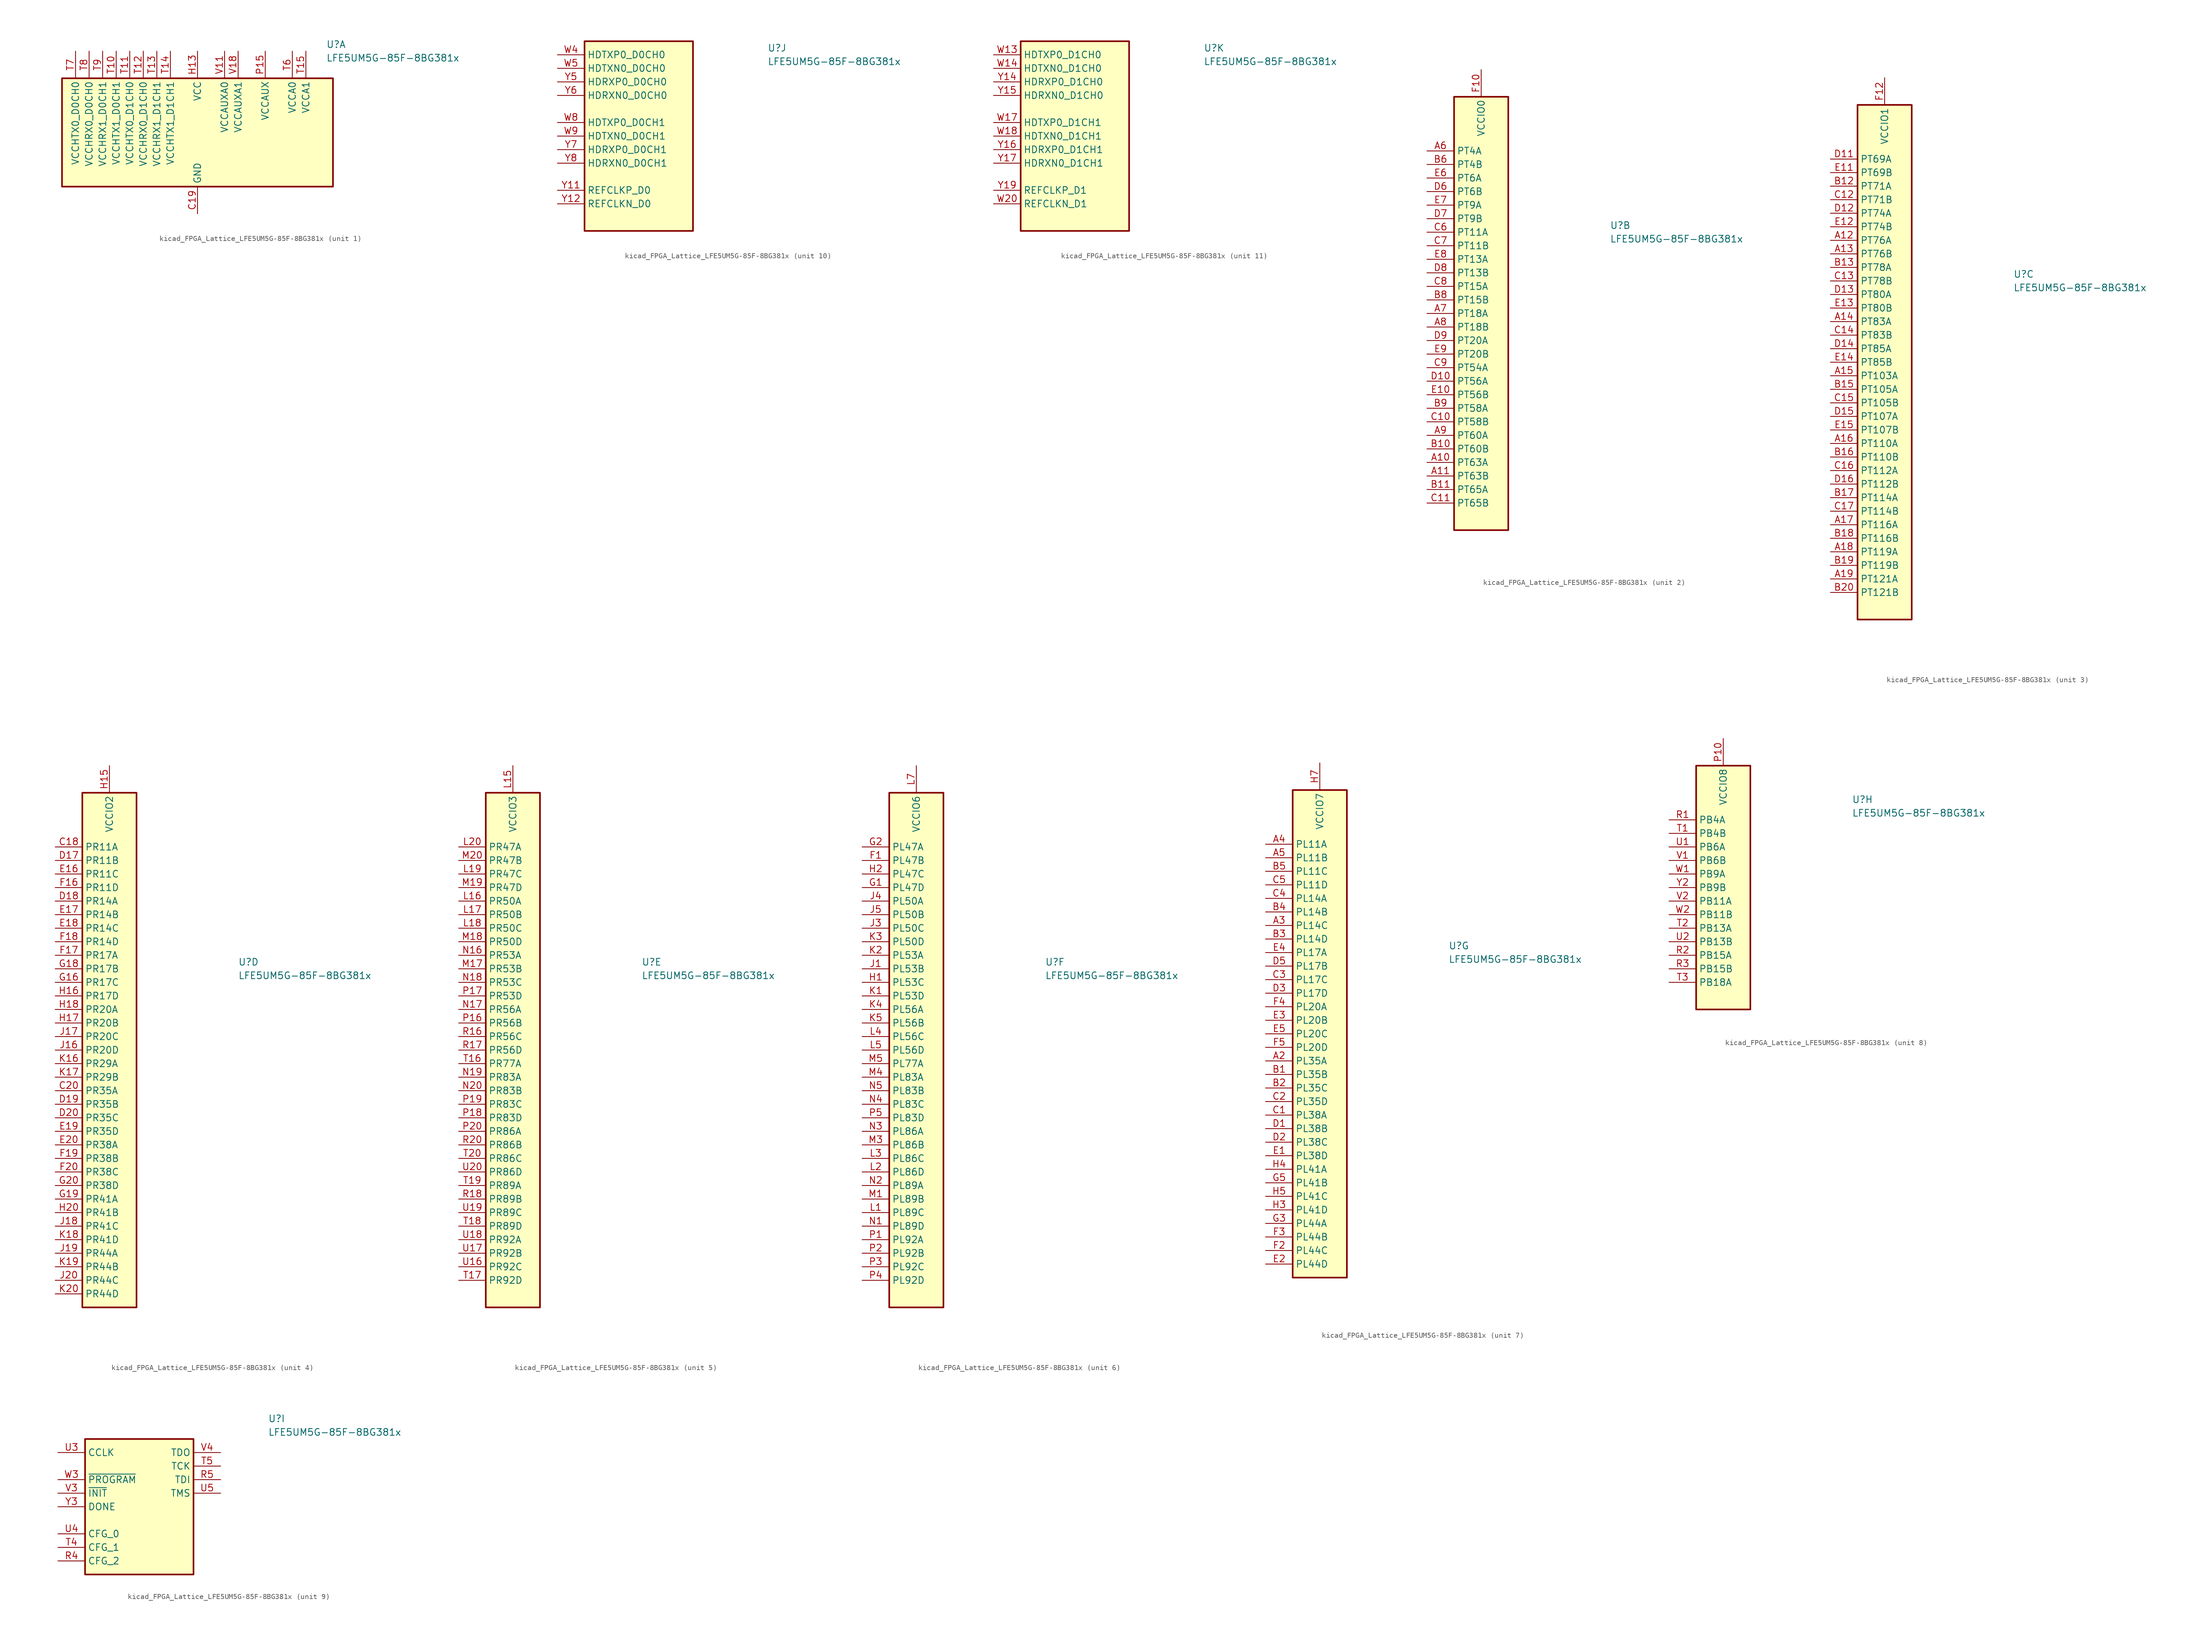
<source format=kicad_sym>
(kicad_symbol_lib
  (version 20220914)
  (generator kicad_symbol_editor)
  (symbol "kicad_FPGA_Lattice_LFE5UM5G-85F-8BG381x"
    (property "Reference" "U"
      (at 24.13 16.51 0)
      (effects (font (size 1.27 1.27)) (justify left)))
    (property "Value" "LFE5UM5G-85F-8BG381x"
      (at 24.13 13.97 0)
      (effects (font (size 1.27 1.27)) (justify left)))
    (property "ki_locked" ""
      (at 0 0 0)
      (effects (font (size 1.27 1.27))))
    (symbol "kicad_FPGA_Lattice_LFE5UM5G-85F-8BG381x_1_1"
      (rectangle (start -25.4 10.16) (end 25.4 -10.16) (stroke (width 0.305) (type default)) (fill (type background)))
      (pin passive line (at 0 -15.24 90) (length 5.08) hide (name "GND" (effects (font (size 1.27 1.27)))) (number "B14" (effects (font (size 1.27 1.27)))))
      (pin passive line (at 0 -15.24 90) (length 5.08) hide (name "GND" (effects (font (size 1.27 1.27)))) (number "B7" (effects (font (size 1.27 1.27)))))
      (pin power_in line (at 0 -15.24 90) (length 5.08) (name "GND" (effects (font (size 1.27 1.27)))) (number "C19" (effects (font (size 1.27 1.27)))))
      (pin passive line (at 0 -15.24 90) (length 5.08) hide (name "GND" (effects (font (size 1.27 1.27)))) (number "D4" (effects (font (size 1.27 1.27)))))
      (pin passive line (at 0 -15.24 90) (length 5.08) hide (name "GND" (effects (font (size 1.27 1.27)))) (number "F13" (effects (font (size 1.27 1.27)))))
      (pin passive line (at 0 -15.24 90) (length 5.08) hide (name "GND" (effects (font (size 1.27 1.27)))) (number "F14" (effects (font (size 1.27 1.27)))))
      (pin passive line (at 12.7 15.24 270) (length 5.08) hide (name "VCCAUX" (effects (font (size 1.27 1.27)))) (number "F15" (effects (font (size 1.27 1.27)))))
      (pin passive line (at 12.7 15.24 270) (length 5.08) hide (name "VCCAUX" (effects (font (size 1.27 1.27)))) (number "F6" (effects (font (size 1.27 1.27)))))
      (pin passive line (at 0 -15.24 90) (length 5.08) hide (name "GND" (effects (font (size 1.27 1.27)))) (number "F7" (effects (font (size 1.27 1.27)))))
      (pin passive line (at 0 -15.24 90) (length 5.08) hide (name "GND" (effects (font (size 1.27 1.27)))) (number "F8" (effects (font (size 1.27 1.27)))))
      (pin passive line (at 0 -15.24 90) (length 5.08) hide (name "GND" (effects (font (size 1.27 1.27)))) (number "G10" (effects (font (size 1.27 1.27)))))
      (pin passive line (at 0 -15.24 90) (length 5.08) hide (name "GND" (effects (font (size 1.27 1.27)))) (number "G11" (effects (font (size 1.27 1.27)))))
      (pin passive line (at 0 -15.24 90) (length 5.08) hide (name "GND" (effects (font (size 1.27 1.27)))) (number "G12" (effects (font (size 1.27 1.27)))))
      (pin passive line (at 0 -15.24 90) (length 5.08) hide (name "GND" (effects (font (size 1.27 1.27)))) (number "G13" (effects (font (size 1.27 1.27)))))
      (pin passive line (at 0 -15.24 90) (length 5.08) hide (name "GND" (effects (font (size 1.27 1.27)))) (number "G14" (effects (font (size 1.27 1.27)))))
      (pin passive line (at 0 -15.24 90) (length 5.08) hide (name "GND" (effects (font (size 1.27 1.27)))) (number "G15" (effects (font (size 1.27 1.27)))))
      (pin passive line (at 0 -15.24 90) (length 5.08) hide (name "GND" (effects (font (size 1.27 1.27)))) (number "G17" (effects (font (size 1.27 1.27)))))
      (pin passive line (at 0 -15.24 90) (length 5.08) hide (name "GND" (effects (font (size 1.27 1.27)))) (number "G4" (effects (font (size 1.27 1.27)))))
      (pin passive line (at 0 -15.24 90) (length 5.08) hide (name "GND" (effects (font (size 1.27 1.27)))) (number "G6" (effects (font (size 1.27 1.27)))))
      (pin passive line (at 0 -15.24 90) (length 5.08) hide (name "GND" (effects (font (size 1.27 1.27)))) (number "G7" (effects (font (size 1.27 1.27)))))
      (pin passive line (at 0 -15.24 90) (length 5.08) hide (name "GND" (effects (font (size 1.27 1.27)))) (number "G8" (effects (font (size 1.27 1.27)))))
      (pin passive line (at 0 -15.24 90) (length 5.08) hide (name "GND" (effects (font (size 1.27 1.27)))) (number "G9" (effects (font (size 1.27 1.27)))))
      (pin passive line (at 0 15.24 270) (length 5.08) hide (name "VCC" (effects (font (size 1.27 1.27)))) (number "H10" (effects (font (size 1.27 1.27)))))
      (pin passive line (at 0 15.24 270) (length 5.08) hide (name "VCC" (effects (font (size 1.27 1.27)))) (number "H11" (effects (font (size 1.27 1.27)))))
      (pin passive line (at 0 15.24 270) (length 5.08) hide (name "VCC" (effects (font (size 1.27 1.27)))) (number "H12" (effects (font (size 1.27 1.27)))))
      (pin power_in line (at 0 15.24 270) (length 5.08) (name "VCC" (effects (font (size 1.27 1.27)))) (number "H13" (effects (font (size 1.27 1.27)))))
      (pin passive line (at 0 -15.24 90) (length 5.08) hide (name "GND" (effects (font (size 1.27 1.27)))) (number "H19" (effects (font (size 1.27 1.27)))))
      (pin passive line (at 0 15.24 270) (length 5.08) hide (name "VCC" (effects (font (size 1.27 1.27)))) (number "H8" (effects (font (size 1.27 1.27)))))
      (pin passive line (at 0 15.24 270) (length 5.08) hide (name "VCC" (effects (font (size 1.27 1.27)))) (number "H9" (effects (font (size 1.27 1.27)))))
      (pin passive line (at 0 -15.24 90) (length 5.08) hide (name "GND" (effects (font (size 1.27 1.27)))) (number "J10" (effects (font (size 1.27 1.27)))))
      (pin passive line (at 0 -15.24 90) (length 5.08) hide (name "GND" (effects (font (size 1.27 1.27)))) (number "J11" (effects (font (size 1.27 1.27)))))
      (pin passive line (at 0 -15.24 90) (length 5.08) hide (name "GND" (effects (font (size 1.27 1.27)))) (number "J12" (effects (font (size 1.27 1.27)))))
      (pin passive line (at 0 15.24 270) (length 5.08) hide (name "VCC" (effects (font (size 1.27 1.27)))) (number "J13" (effects (font (size 1.27 1.27)))))
      (pin passive line (at 0 -15.24 90) (length 5.08) hide (name "GND" (effects (font (size 1.27 1.27)))) (number "J14" (effects (font (size 1.27 1.27)))))
      (pin passive line (at 0 -15.24 90) (length 5.08) hide (name "GND" (effects (font (size 1.27 1.27)))) (number "J2" (effects (font (size 1.27 1.27)))))
      (pin passive line (at 0 -15.24 90) (length 5.08) hide (name "GND" (effects (font (size 1.27 1.27)))) (number "J7" (effects (font (size 1.27 1.27)))))
      (pin passive line (at 0 15.24 270) (length 5.08) hide (name "VCC" (effects (font (size 1.27 1.27)))) (number "J8" (effects (font (size 1.27 1.27)))))
      (pin passive line (at 0 -15.24 90) (length 5.08) hide (name "GND" (effects (font (size 1.27 1.27)))) (number "J9" (effects (font (size 1.27 1.27)))))
      (pin passive line (at 0 -15.24 90) (length 5.08) hide (name "GND" (effects (font (size 1.27 1.27)))) (number "K10" (effects (font (size 1.27 1.27)))))
      (pin passive line (at 0 -15.24 90) (length 5.08) hide (name "GND" (effects (font (size 1.27 1.27)))) (number "K11" (effects (font (size 1.27 1.27)))))
      (pin passive line (at 0 -15.24 90) (length 5.08) hide (name "GND" (effects (font (size 1.27 1.27)))) (number "K12" (effects (font (size 1.27 1.27)))))
      (pin passive line (at 0 15.24 270) (length 5.08) hide (name "VCC" (effects (font (size 1.27 1.27)))) (number "K13" (effects (font (size 1.27 1.27)))))
      (pin passive line (at 0 -15.24 90) (length 5.08) hide (name "GND" (effects (font (size 1.27 1.27)))) (number "K14" (effects (font (size 1.27 1.27)))))
      (pin passive line (at 0 -15.24 90) (length 5.08) hide (name "GND" (effects (font (size 1.27 1.27)))) (number "K15" (effects (font (size 1.27 1.27)))))
      (pin passive line (at 0 -15.24 90) (length 5.08) hide (name "GND" (effects (font (size 1.27 1.27)))) (number "K6" (effects (font (size 1.27 1.27)))))
      (pin passive line (at 0 -15.24 90) (length 5.08) hide (name "GND" (effects (font (size 1.27 1.27)))) (number "K7" (effects (font (size 1.27 1.27)))))
      (pin passive line (at 0 15.24 270) (length 5.08) hide (name "VCC" (effects (font (size 1.27 1.27)))) (number "K8" (effects (font (size 1.27 1.27)))))
      (pin passive line (at 0 -15.24 90) (length 5.08) hide (name "GND" (effects (font (size 1.27 1.27)))) (number "K9" (effects (font (size 1.27 1.27)))))
      (pin passive line (at 0 -15.24 90) (length 5.08) hide (name "GND" (effects (font (size 1.27 1.27)))) (number "L10" (effects (font (size 1.27 1.27)))))
      (pin passive line (at 0 -15.24 90) (length 5.08) hide (name "GND" (effects (font (size 1.27 1.27)))) (number "L11" (effects (font (size 1.27 1.27)))))
      (pin passive line (at 0 -15.24 90) (length 5.08) hide (name "GND" (effects (font (size 1.27 1.27)))) (number "L12" (effects (font (size 1.27 1.27)))))
      (pin passive line (at 0 15.24 270) (length 5.08) hide (name "VCC" (effects (font (size 1.27 1.27)))) (number "L13" (effects (font (size 1.27 1.27)))))
      (pin passive line (at 0 15.24 270) (length 5.08) hide (name "VCC" (effects (font (size 1.27 1.27)))) (number "L8" (effects (font (size 1.27 1.27)))))
      (pin passive line (at 0 -15.24 90) (length 5.08) hide (name "GND" (effects (font (size 1.27 1.27)))) (number "L9" (effects (font (size 1.27 1.27)))))
      (pin passive line (at 0 -15.24 90) (length 5.08) hide (name "GND" (effects (font (size 1.27 1.27)))) (number "M10" (effects (font (size 1.27 1.27)))))
      (pin passive line (at 0 -15.24 90) (length 5.08) hide (name "GND" (effects (font (size 1.27 1.27)))) (number "M11" (effects (font (size 1.27 1.27)))))
      (pin passive line (at 0 -15.24 90) (length 5.08) hide (name "GND" (effects (font (size 1.27 1.27)))) (number "M12" (effects (font (size 1.27 1.27)))))
      (pin passive line (at 0 15.24 270) (length 5.08) hide (name "VCC" (effects (font (size 1.27 1.27)))) (number "M13" (effects (font (size 1.27 1.27)))))
      (pin passive line (at 0 -15.24 90) (length 5.08) hide (name "GND" (effects (font (size 1.27 1.27)))) (number "M14" (effects (font (size 1.27 1.27)))))
      (pin passive line (at 0 -15.24 90) (length 5.08) hide (name "GND" (effects (font (size 1.27 1.27)))) (number "M16" (effects (font (size 1.27 1.27)))))
      (pin passive line (at 0 -15.24 90) (length 5.08) hide (name "GND" (effects (font (size 1.27 1.27)))) (number "M2" (effects (font (size 1.27 1.27)))))
      (pin passive line (at 0 -15.24 90) (length 5.08) hide (name "GND" (effects (font (size 1.27 1.27)))) (number "M7" (effects (font (size 1.27 1.27)))))
      (pin passive line (at 0 15.24 270) (length 5.08) hide (name "VCC" (effects (font (size 1.27 1.27)))) (number "M8" (effects (font (size 1.27 1.27)))))
      (pin passive line (at 0 -15.24 90) (length 5.08) hide (name "GND" (effects (font (size 1.27 1.27)))) (number "M9" (effects (font (size 1.27 1.27)))))
      (pin passive line (at 0 15.24 270) (length 5.08) hide (name "VCC" (effects (font (size 1.27 1.27)))) (number "N10" (effects (font (size 1.27 1.27)))))
      (pin passive line (at 0 15.24 270) (length 5.08) hide (name "VCC" (effects (font (size 1.27 1.27)))) (number "N11" (effects (font (size 1.27 1.27)))))
      (pin passive line (at 0 15.24 270) (length 5.08) hide (name "VCC" (effects (font (size 1.27 1.27)))) (number "N12" (effects (font (size 1.27 1.27)))))
      (pin passive line (at 0 15.24 270) (length 5.08) hide (name "VCC" (effects (font (size 1.27 1.27)))) (number "N13" (effects (font (size 1.27 1.27)))))
      (pin passive line (at 0 -15.24 90) (length 5.08) hide (name "GND" (effects (font (size 1.27 1.27)))) (number "N14" (effects (font (size 1.27 1.27)))))
      (pin passive line (at 0 -15.24 90) (length 5.08) hide (name "GND" (effects (font (size 1.27 1.27)))) (number "N15" (effects (font (size 1.27 1.27)))))
      (pin passive line (at 0 -15.24 90) (length 5.08) hide (name "GND" (effects (font (size 1.27 1.27)))) (number "N6" (effects (font (size 1.27 1.27)))))
      (pin passive line (at 0 -15.24 90) (length 5.08) hide (name "GND" (effects (font (size 1.27 1.27)))) (number "N7" (effects (font (size 1.27 1.27)))))
      (pin passive line (at 0 15.24 270) (length 5.08) hide (name "VCC" (effects (font (size 1.27 1.27)))) (number "N8" (effects (font (size 1.27 1.27)))))
      (pin passive line (at 0 15.24 270) (length 5.08) hide (name "VCC" (effects (font (size 1.27 1.27)))) (number "N9" (effects (font (size 1.27 1.27)))))
      (pin passive line (at 0 -15.24 90) (length 5.08) hide (name "GND" (effects (font (size 1.27 1.27)))) (number "P11" (effects (font (size 1.27 1.27)))))
      (pin passive line (at 0 -15.24 90) (length 5.08) hide (name "GND" (effects (font (size 1.27 1.27)))) (number "P12" (effects (font (size 1.27 1.27)))))
      (pin passive line (at 0 -15.24 90) (length 5.08) hide (name "GND" (effects (font (size 1.27 1.27)))) (number "P13" (effects (font (size 1.27 1.27)))))
      (pin passive line (at 0 -15.24 90) (length 5.08) hide (name "GND" (effects (font (size 1.27 1.27)))) (number "P14" (effects (font (size 1.27 1.27)))))
      (pin power_in line (at 12.7 15.24 270) (length 5.08) (name "VCCAUX" (effects (font (size 1.27 1.27)))) (number "P15" (effects (font (size 1.27 1.27)))))
      (pin passive line (at 12.7 15.24 270) (length 5.08) hide (name "VCCAUX" (effects (font (size 1.27 1.27)))) (number "P6" (effects (font (size 1.27 1.27)))))
      (pin passive line (at 0 -15.24 90) (length 5.08) hide (name "GND" (effects (font (size 1.27 1.27)))) (number "P7" (effects (font (size 1.27 1.27)))))
      (pin passive line (at 0 -15.24 90) (length 5.08) hide (name "GND" (effects (font (size 1.27 1.27)))) (number "P8" (effects (font (size 1.27 1.27)))))
      (pin passive line (at 0 -15.24 90) (length 5.08) hide (name "GND" (effects (font (size 1.27 1.27)))) (number "R19" (effects (font (size 1.27 1.27)))))
      (pin power_in line (at -15.24 15.24 270) (length 5.08) (name "VCCHTX1_D0CH1" (effects (font (size 1.27 1.27)))) (number "T10" (effects (font (size 1.27 1.27)))))
      (pin power_in line (at -12.7 15.24 270) (length 5.08) (name "VCCHTX0_D1CH0" (effects (font (size 1.27 1.27)))) (number "T11" (effects (font (size 1.27 1.27)))))
      (pin power_in line (at -10.16 15.24 270) (length 5.08) (name "VCCHRX0_D1CH0" (effects (font (size 1.27 1.27)))) (number "T12" (effects (font (size 1.27 1.27)))))
      (pin power_in line (at -7.62 15.24 270) (length 5.08) (name "VCCHRX1_D1CH1" (effects (font (size 1.27 1.27)))) (number "T13" (effects (font (size 1.27 1.27)))))
      (pin power_in line (at -5.08 15.24 270) (length 5.08) (name "VCCHTX1_D1CH1" (effects (font (size 1.27 1.27)))) (number "T14" (effects (font (size 1.27 1.27)))))
      (pin power_in line (at 20.32 15.24 270) (length 5.08) (name "VCCA1" (effects (font (size 1.27 1.27)))) (number "T15" (effects (font (size 1.27 1.27)))))
      (pin power_in line (at 17.78 15.24 270) (length 5.08) (name "VCCA0" (effects (font (size 1.27 1.27)))) (number "T6" (effects (font (size 1.27 1.27)))))
      (pin power_in line (at -22.86 15.24 270) (length 5.08) (name "VCCHTX0_D0CH0" (effects (font (size 1.27 1.27)))) (number "T7" (effects (font (size 1.27 1.27)))))
      (pin power_in line (at -20.32 15.24 270) (length 5.08) (name "VCCHRX0_D0CH0" (effects (font (size 1.27 1.27)))) (number "T8" (effects (font (size 1.27 1.27)))))
      (pin power_in line (at -17.78 15.24 270) (length 5.08) (name "VCCHRX1_D0CH1" (effects (font (size 1.27 1.27)))) (number "T9" (effects (font (size 1.27 1.27)))))
      (pin passive line (at 0 -15.24 90) (length 5.08) hide (name "GND" (effects (font (size 1.27 1.27)))) (number "U10" (effects (font (size 1.27 1.27)))))
      (pin passive line (at 0 -15.24 90) (length 5.08) hide (name "GND" (effects (font (size 1.27 1.27)))) (number "U11" (effects (font (size 1.27 1.27)))))
      (pin passive line (at 0 -15.24 90) (length 5.08) hide (name "GND" (effects (font (size 1.27 1.27)))) (number "U12" (effects (font (size 1.27 1.27)))))
      (pin passive line (at 0 -15.24 90) (length 5.08) hide (name "GND" (effects (font (size 1.27 1.27)))) (number "U13" (effects (font (size 1.27 1.27)))))
      (pin passive line (at 0 -15.24 90) (length 5.08) hide (name "GND" (effects (font (size 1.27 1.27)))) (number "U14" (effects (font (size 1.27 1.27)))))
      (pin passive line (at 20.32 15.24 270) (length 5.08) hide (name "VCCA1" (effects (font (size 1.27 1.27)))) (number "U15" (effects (font (size 1.27 1.27)))))
      (pin passive line (at 17.78 15.24 270) (length 5.08) hide (name "VCCA0" (effects (font (size 1.27 1.27)))) (number "U6" (effects (font (size 1.27 1.27)))))
      (pin passive line (at 0 -15.24 90) (length 5.08) hide (name "GND" (effects (font (size 1.27 1.27)))) (number "U7" (effects (font (size 1.27 1.27)))))
      (pin passive line (at 0 -15.24 90) (length 5.08) hide (name "GND" (effects (font (size 1.27 1.27)))) (number "U8" (effects (font (size 1.27 1.27)))))
      (pin passive line (at 0 -15.24 90) (length 5.08) hide (name "GND" (effects (font (size 1.27 1.27)))) (number "U9" (effects (font (size 1.27 1.27)))))
      (pin passive line (at 5.08 15.24 270) (length 5.08) hide (name "VCCAUXA0" (effects (font (size 1.27 1.27)))) (number "V10" (effects (font (size 1.27 1.27)))))
      (pin power_in line (at 5.08 15.24 270) (length 5.08) (name "VCCAUXA0" (effects (font (size 1.27 1.27)))) (number "V11" (effects (font (size 1.27 1.27)))))
      (pin passive line (at 0 -15.24 90) (length 5.08) hide (name "GND" (effects (font (size 1.27 1.27)))) (number "V12" (effects (font (size 1.27 1.27)))))
      (pin passive line (at 0 -15.24 90) (length 5.08) hide (name "GND" (effects (font (size 1.27 1.27)))) (number "V13" (effects (font (size 1.27 1.27)))))
      (pin passive line (at 0 -15.24 90) (length 5.08) hide (name "GND" (effects (font (size 1.27 1.27)))) (number "V14" (effects (font (size 1.27 1.27)))))
      (pin passive line (at 0 -15.24 90) (length 5.08) hide (name "GND" (effects (font (size 1.27 1.27)))) (number "V15" (effects (font (size 1.27 1.27)))))
      (pin passive line (at 0 -15.24 90) (length 5.08) hide (name "GND" (effects (font (size 1.27 1.27)))) (number "V16" (effects (font (size 1.27 1.27)))))
      (pin passive line (at 7.62 15.24 270) (length 5.08) hide (name "VCCAUXA1" (effects (font (size 1.27 1.27)))) (number "V17" (effects (font (size 1.27 1.27)))))
      (pin power_in line (at 7.62 15.24 270) (length 5.08) (name "VCCAUXA1" (effects (font (size 1.27 1.27)))) (number "V18" (effects (font (size 1.27 1.27)))))
      (pin passive line (at 0 -15.24 90) (length 5.08) hide (name "GND" (effects (font (size 1.27 1.27)))) (number "V19" (effects (font (size 1.27 1.27)))))
      (pin passive line (at 0 -15.24 90) (length 5.08) hide (name "GND" (effects (font (size 1.27 1.27)))) (number "V20" (effects (font (size 1.27 1.27)))))
      (pin passive line (at 0 -15.24 90) (length 5.08) hide (name "GND" (effects (font (size 1.27 1.27)))) (number "V5" (effects (font (size 1.27 1.27)))))
      (pin passive line (at 0 -15.24 90) (length 5.08) hide (name "GND" (effects (font (size 1.27 1.27)))) (number "V6" (effects (font (size 1.27 1.27)))))
      (pin passive line (at 0 -15.24 90) (length 5.08) hide (name "GND" (effects (font (size 1.27 1.27)))) (number "V7" (effects (font (size 1.27 1.27)))))
      (pin passive line (at 0 -15.24 90) (length 5.08) hide (name "GND" (effects (font (size 1.27 1.27)))) (number "V8" (effects (font (size 1.27 1.27)))))
      (pin passive line (at 0 -15.24 90) (length 5.08) hide (name "GND" (effects (font (size 1.27 1.27)))) (number "V9" (effects (font (size 1.27 1.27)))))
      (pin passive line (at 0 -15.24 90) (length 5.08) hide (name "GND" (effects (font (size 1.27 1.27)))) (number "W12" (effects (font (size 1.27 1.27)))))
      (pin passive line (at 0 -15.24 90) (length 5.08) hide (name "GND" (effects (font (size 1.27 1.27)))) (number "W15" (effects (font (size 1.27 1.27)))))
      (pin passive line (at 0 -15.24 90) (length 5.08) hide (name "GND" (effects (font (size 1.27 1.27)))) (number "W16" (effects (font (size 1.27 1.27)))))
      (pin passive line (at 0 -15.24 90) (length 5.08) hide (name "GND" (effects (font (size 1.27 1.27)))) (number "W19" (effects (font (size 1.27 1.27)))))
      (pin passive line (at 0 -15.24 90) (length 5.08) hide (name "GND" (effects (font (size 1.27 1.27)))) (number "W6" (effects (font (size 1.27 1.27)))))
      (pin passive line (at 0 -15.24 90) (length 5.08) hide (name "GND" (effects (font (size 1.27 1.27)))) (number "W7" (effects (font (size 1.27 1.27))))))
    (symbol "kicad_FPGA_Lattice_LFE5UM5G-85F-8BG381x_2_1"
      (rectangle (start -5.08 40.64) (end 5.08 -40.64) (stroke (width 0.305) (type default)) (fill (type background)))
      (pin bidirectional line (at -10.16 -27.94 0) (length 5.08) (name "PT63A" (effects (font (size 1.27 1.27)))) (number "A10" (effects (font (size 1.27 1.27)))))
      (pin bidirectional line (at -10.16 -30.48 0) (length 5.08) (name "PT63B" (effects (font (size 1.27 1.27)))) (number "A11" (effects (font (size 1.27 1.27)))))
      (pin bidirectional line (at -10.16 30.48 0) (length 5.08) (name "PT4A" (effects (font (size 1.27 1.27)))) (number "A6" (effects (font (size 1.27 1.27)))))
      (pin bidirectional line (at -10.16 0 0) (length 5.08) (name "PT18A" (effects (font (size 1.27 1.27)))) (number "A7" (effects (font (size 1.27 1.27)))))
      (pin bidirectional line (at -10.16 -2.54 0) (length 5.08) (name "PT18B" (effects (font (size 1.27 1.27)))) (number "A8" (effects (font (size 1.27 1.27)))))
      (pin bidirectional line (at -10.16 -22.86 0) (length 5.08) (name "PT60A" (effects (font (size 1.27 1.27)))) (number "A9" (effects (font (size 1.27 1.27)))))
      (pin bidirectional line (at -10.16 -25.4 0) (length 5.08) (name "PT60B" (effects (font (size 1.27 1.27)))) (number "B10" (effects (font (size 1.27 1.27)))))
      (pin bidirectional line (at -10.16 -33.02 0) (length 5.08) (name "PT65A" (effects (font (size 1.27 1.27)))) (number "B11" (effects (font (size 1.27 1.27)))))
      (pin bidirectional line (at -10.16 27.94 0) (length 5.08) (name "PT4B" (effects (font (size 1.27 1.27)))) (number "B6" (effects (font (size 1.27 1.27)))))
      (pin bidirectional line (at -10.16 2.54 0) (length 5.08) (name "PT15B" (effects (font (size 1.27 1.27)))) (number "B8" (effects (font (size 1.27 1.27)))))
      (pin bidirectional line (at -10.16 -17.78 0) (length 5.08) (name "PT58A" (effects (font (size 1.27 1.27)))) (number "B9" (effects (font (size 1.27 1.27)))))
      (pin bidirectional line (at -10.16 -20.32 0) (length 5.08) (name "PT58B" (effects (font (size 1.27 1.27)))) (number "C10" (effects (font (size 1.27 1.27)))))
      (pin bidirectional line (at -10.16 -35.56 0) (length 5.08) (name "PT65B" (effects (font (size 1.27 1.27)))) (number "C11" (effects (font (size 1.27 1.27)))))
      (pin bidirectional line (at -10.16 15.24 0) (length 5.08) (name "PT11A" (effects (font (size 1.27 1.27)))) (number "C6" (effects (font (size 1.27 1.27)))))
      (pin bidirectional line (at -10.16 12.7 0) (length 5.08) (name "PT11B" (effects (font (size 1.27 1.27)))) (number "C7" (effects (font (size 1.27 1.27)))))
      (pin bidirectional line (at -10.16 5.08 0) (length 5.08) (name "PT15A" (effects (font (size 1.27 1.27)))) (number "C8" (effects (font (size 1.27 1.27)))))
      (pin bidirectional line (at -10.16 -10.16 0) (length 5.08) (name "PT54A" (effects (font (size 1.27 1.27)))) (number "C9" (effects (font (size 1.27 1.27)))))
      (pin bidirectional line (at -10.16 -12.7 0) (length 5.08) (name "PT56A" (effects (font (size 1.27 1.27)))) (number "D10" (effects (font (size 1.27 1.27)))))
      (pin bidirectional line (at -10.16 22.86 0) (length 5.08) (name "PT6B" (effects (font (size 1.27 1.27)))) (number "D6" (effects (font (size 1.27 1.27)))))
      (pin bidirectional line (at -10.16 17.78 0) (length 5.08) (name "PT9B" (effects (font (size 1.27 1.27)))) (number "D7" (effects (font (size 1.27 1.27)))))
      (pin bidirectional line (at -10.16 7.62 0) (length 5.08) (name "PT13B" (effects (font (size 1.27 1.27)))) (number "D8" (effects (font (size 1.27 1.27)))))
      (pin bidirectional line (at -10.16 -5.08 0) (length 5.08) (name "PT20A" (effects (font (size 1.27 1.27)))) (number "D9" (effects (font (size 1.27 1.27)))))
      (pin bidirectional line (at -10.16 -15.24 0) (length 5.08) (name "PT56B" (effects (font (size 1.27 1.27)))) (number "E10" (effects (font (size 1.27 1.27)))))
      (pin bidirectional line (at -10.16 25.4 0) (length 5.08) (name "PT6A" (effects (font (size 1.27 1.27)))) (number "E6" (effects (font (size 1.27 1.27)))))
      (pin bidirectional line (at -10.16 20.32 0) (length 5.08) (name "PT9A" (effects (font (size 1.27 1.27)))) (number "E7" (effects (font (size 1.27 1.27)))))
      (pin bidirectional line (at -10.16 10.16 0) (length 5.08) (name "PT13A" (effects (font (size 1.27 1.27)))) (number "E8" (effects (font (size 1.27 1.27)))))
      (pin bidirectional line (at -10.16 -7.62 0) (length 5.08) (name "PT20B" (effects (font (size 1.27 1.27)))) (number "E9" (effects (font (size 1.27 1.27)))))
      (pin power_in line (at 0 45.72 270) (length 5.08) (name "VCCIO0" (effects (font (size 1.27 1.27)))) (number "F10" (effects (font (size 1.27 1.27)))))
      (pin passive line (at 0 45.72 270) (length 5.08) hide (name "VCCIO0" (effects (font (size 1.27 1.27)))) (number "F9" (effects (font (size 1.27 1.27))))))
    (symbol "kicad_FPGA_Lattice_LFE5UM5G-85F-8BG381x_3_1"
      (rectangle (start -5.08 48.26) (end 5.08 -48.26) (stroke (width 0.305) (type default)) (fill (type background)))
      (pin bidirectional line (at -10.16 22.86 0) (length 5.08) (name "PT76A" (effects (font (size 1.27 1.27)))) (number "A12" (effects (font (size 1.27 1.27)))))
      (pin bidirectional line (at -10.16 20.32 0) (length 5.08) (name "PT76B" (effects (font (size 1.27 1.27)))) (number "A13" (effects (font (size 1.27 1.27)))))
      (pin bidirectional line (at -10.16 7.62 0) (length 5.08) (name "PT83A" (effects (font (size 1.27 1.27)))) (number "A14" (effects (font (size 1.27 1.27)))))
      (pin bidirectional line (at -10.16 -2.54 0) (length 5.08) (name "PT103A" (effects (font (size 1.27 1.27)))) (number "A15" (effects (font (size 1.27 1.27)))))
      (pin bidirectional line (at -10.16 -15.24 0) (length 5.08) (name "PT110A" (effects (font (size 1.27 1.27)))) (number "A16" (effects (font (size 1.27 1.27)))))
      (pin bidirectional line (at -10.16 -30.48 0) (length 5.08) (name "PT116A" (effects (font (size 1.27 1.27)))) (number "A17" (effects (font (size 1.27 1.27)))))
      (pin bidirectional line (at -10.16 -35.56 0) (length 5.08) (name "PT119A" (effects (font (size 1.27 1.27)))) (number "A18" (effects (font (size 1.27 1.27)))))
      (pin bidirectional line (at -10.16 -40.64 0) (length 5.08) (name "PT121A" (effects (font (size 1.27 1.27)))) (number "A19" (effects (font (size 1.27 1.27)))))
      (pin bidirectional line (at -10.16 33.02 0) (length 5.08) (name "PT71A" (effects (font (size 1.27 1.27)))) (number "B12" (effects (font (size 1.27 1.27)))))
      (pin bidirectional line (at -10.16 17.78 0) (length 5.08) (name "PT78A" (effects (font (size 1.27 1.27)))) (number "B13" (effects (font (size 1.27 1.27)))))
      (pin bidirectional line (at -10.16 -5.08 0) (length 5.08) (name "PT105A" (effects (font (size 1.27 1.27)))) (number "B15" (effects (font (size 1.27 1.27)))))
      (pin bidirectional line (at -10.16 -17.78 0) (length 5.08) (name "PT110B" (effects (font (size 1.27 1.27)))) (number "B16" (effects (font (size 1.27 1.27)))))
      (pin bidirectional line (at -10.16 -25.4 0) (length 5.08) (name "PT114A" (effects (font (size 1.27 1.27)))) (number "B17" (effects (font (size 1.27 1.27)))))
      (pin bidirectional line (at -10.16 -33.02 0) (length 5.08) (name "PT116B" (effects (font (size 1.27 1.27)))) (number "B18" (effects (font (size 1.27 1.27)))))
      (pin bidirectional line (at -10.16 -38.1 0) (length 5.08) (name "PT119B" (effects (font (size 1.27 1.27)))) (number "B19" (effects (font (size 1.27 1.27)))))
      (pin bidirectional line (at -10.16 -43.18 0) (length 5.08) (name "PT121B" (effects (font (size 1.27 1.27)))) (number "B20" (effects (font (size 1.27 1.27)))))
      (pin bidirectional line (at -10.16 30.48 0) (length 5.08) (name "PT71B" (effects (font (size 1.27 1.27)))) (number "C12" (effects (font (size 1.27 1.27)))))
      (pin bidirectional line (at -10.16 15.24 0) (length 5.08) (name "PT78B" (effects (font (size 1.27 1.27)))) (number "C13" (effects (font (size 1.27 1.27)))))
      (pin bidirectional line (at -10.16 5.08 0) (length 5.08) (name "PT83B" (effects (font (size 1.27 1.27)))) (number "C14" (effects (font (size 1.27 1.27)))))
      (pin bidirectional line (at -10.16 -7.62 0) (length 5.08) (name "PT105B" (effects (font (size 1.27 1.27)))) (number "C15" (effects (font (size 1.27 1.27)))))
      (pin bidirectional line (at -10.16 -20.32 0) (length 5.08) (name "PT112A" (effects (font (size 1.27 1.27)))) (number "C16" (effects (font (size 1.27 1.27)))))
      (pin bidirectional line (at -10.16 -27.94 0) (length 5.08) (name "PT114B" (effects (font (size 1.27 1.27)))) (number "C17" (effects (font (size 1.27 1.27)))))
      (pin bidirectional line (at -10.16 38.1 0) (length 5.08) (name "PT69A" (effects (font (size 1.27 1.27)))) (number "D11" (effects (font (size 1.27 1.27)))))
      (pin bidirectional line (at -10.16 27.94 0) (length 5.08) (name "PT74A" (effects (font (size 1.27 1.27)))) (number "D12" (effects (font (size 1.27 1.27)))))
      (pin bidirectional line (at -10.16 12.7 0) (length 5.08) (name "PT80A" (effects (font (size 1.27 1.27)))) (number "D13" (effects (font (size 1.27 1.27)))))
      (pin bidirectional line (at -10.16 2.54 0) (length 5.08) (name "PT85A" (effects (font (size 1.27 1.27)))) (number "D14" (effects (font (size 1.27 1.27)))))
      (pin bidirectional line (at -10.16 -10.16 0) (length 5.08) (name "PT107A" (effects (font (size 1.27 1.27)))) (number "D15" (effects (font (size 1.27 1.27)))))
      (pin bidirectional line (at -10.16 -22.86 0) (length 5.08) (name "PT112B" (effects (font (size 1.27 1.27)))) (number "D16" (effects (font (size 1.27 1.27)))))
      (pin bidirectional line (at -10.16 35.56 0) (length 5.08) (name "PT69B" (effects (font (size 1.27 1.27)))) (number "E11" (effects (font (size 1.27 1.27)))))
      (pin bidirectional line (at -10.16 25.4 0) (length 5.08) (name "PT74B" (effects (font (size 1.27 1.27)))) (number "E12" (effects (font (size 1.27 1.27)))))
      (pin bidirectional line (at -10.16 10.16 0) (length 5.08) (name "PT80B" (effects (font (size 1.27 1.27)))) (number "E13" (effects (font (size 1.27 1.27)))))
      (pin bidirectional line (at -10.16 0 0) (length 5.08) (name "PT85B" (effects (font (size 1.27 1.27)))) (number "E14" (effects (font (size 1.27 1.27)))))
      (pin bidirectional line (at -10.16 -12.7 0) (length 5.08) (name "PT107B" (effects (font (size 1.27 1.27)))) (number "E15" (effects (font (size 1.27 1.27)))))
      (pin passive line (at 0 53.34 270) (length 5.08) hide (name "VCCIO1" (effects (font (size 1.27 1.27)))) (number "F11" (effects (font (size 1.27 1.27)))))
      (pin power_in line (at 0 53.34 270) (length 5.08) (name "VCCIO1" (effects (font (size 1.27 1.27)))) (number "F12" (effects (font (size 1.27 1.27))))))
    (symbol "kicad_FPGA_Lattice_LFE5UM5G-85F-8BG381x_4_1"
      (rectangle (start -5.08 48.26) (end 5.08 -48.26) (stroke (width 0.305) (type default)) (fill (type background)))
      (pin bidirectional line (at -10.16 38.1 0) (length 5.08) (name "PR11A" (effects (font (size 1.27 1.27)))) (number "C18" (effects (font (size 1.27 1.27)))))
      (pin bidirectional line (at -10.16 -7.62 0) (length 5.08) (name "PR35A" (effects (font (size 1.27 1.27)))) (number "C20" (effects (font (size 1.27 1.27)))))
      (pin bidirectional line (at -10.16 35.56 0) (length 5.08) (name "PR11B" (effects (font (size 1.27 1.27)))) (number "D17" (effects (font (size 1.27 1.27)))))
      (pin bidirectional line (at -10.16 27.94 0) (length 5.08) (name "PR14A" (effects (font (size 1.27 1.27)))) (number "D18" (effects (font (size 1.27 1.27)))))
      (pin bidirectional line (at -10.16 -10.16 0) (length 5.08) (name "PR35B" (effects (font (size 1.27 1.27)))) (number "D19" (effects (font (size 1.27 1.27)))))
      (pin bidirectional line (at -10.16 -12.7 0) (length 5.08) (name "PR35C" (effects (font (size 1.27 1.27)))) (number "D20" (effects (font (size 1.27 1.27)))))
      (pin bidirectional line (at -10.16 33.02 0) (length 5.08) (name "PR11C" (effects (font (size 1.27 1.27)))) (number "E16" (effects (font (size 1.27 1.27)))))
      (pin bidirectional line (at -10.16 25.4 0) (length 5.08) (name "PR14B" (effects (font (size 1.27 1.27)))) (number "E17" (effects (font (size 1.27 1.27)))))
      (pin bidirectional line (at -10.16 22.86 0) (length 5.08) (name "PR14C" (effects (font (size 1.27 1.27)))) (number "E18" (effects (font (size 1.27 1.27)))))
      (pin bidirectional line (at -10.16 -15.24 0) (length 5.08) (name "PR35D" (effects (font (size 1.27 1.27)))) (number "E19" (effects (font (size 1.27 1.27)))))
      (pin bidirectional line (at -10.16 -17.78 0) (length 5.08) (name "PR38A" (effects (font (size 1.27 1.27)))) (number "E20" (effects (font (size 1.27 1.27)))))
      (pin bidirectional line (at -10.16 30.48 0) (length 5.08) (name "PR11D" (effects (font (size 1.27 1.27)))) (number "F16" (effects (font (size 1.27 1.27)))))
      (pin bidirectional line (at -10.16 17.78 0) (length 5.08) (name "PR17A" (effects (font (size 1.27 1.27)))) (number "F17" (effects (font (size 1.27 1.27)))))
      (pin bidirectional line (at -10.16 20.32 0) (length 5.08) (name "PR14D" (effects (font (size 1.27 1.27)))) (number "F18" (effects (font (size 1.27 1.27)))))
      (pin bidirectional line (at -10.16 -20.32 0) (length 5.08) (name "PR38B" (effects (font (size 1.27 1.27)))) (number "F19" (effects (font (size 1.27 1.27)))))
      (pin bidirectional line (at -10.16 -22.86 0) (length 5.08) (name "PR38C" (effects (font (size 1.27 1.27)))) (number "F20" (effects (font (size 1.27 1.27)))))
      (pin bidirectional line (at -10.16 12.7 0) (length 5.08) (name "PR17C" (effects (font (size 1.27 1.27)))) (number "G16" (effects (font (size 1.27 1.27)))))
      (pin bidirectional line (at -10.16 15.24 0) (length 5.08) (name "PR17B" (effects (font (size 1.27 1.27)))) (number "G18" (effects (font (size 1.27 1.27)))))
      (pin bidirectional line (at -10.16 -27.94 0) (length 5.08) (name "PR41A" (effects (font (size 1.27 1.27)))) (number "G19" (effects (font (size 1.27 1.27)))))
      (pin bidirectional line (at -10.16 -25.4 0) (length 5.08) (name "PR38D" (effects (font (size 1.27 1.27)))) (number "G20" (effects (font (size 1.27 1.27)))))
      (pin passive line (at 0 53.34 270) (length 5.08) hide (name "VCCIO2" (effects (font (size 1.27 1.27)))) (number "H14" (effects (font (size 1.27 1.27)))))
      (pin power_in line (at 0 53.34 270) (length 5.08) (name "VCCIO2" (effects (font (size 1.27 1.27)))) (number "H15" (effects (font (size 1.27 1.27)))))
      (pin bidirectional line (at -10.16 10.16 0) (length 5.08) (name "PR17D" (effects (font (size 1.27 1.27)))) (number "H16" (effects (font (size 1.27 1.27)))))
      (pin bidirectional line (at -10.16 5.08 0) (length 5.08) (name "PR20B" (effects (font (size 1.27 1.27)))) (number "H17" (effects (font (size 1.27 1.27)))))
      (pin bidirectional line (at -10.16 7.62 0) (length 5.08) (name "PR20A" (effects (font (size 1.27 1.27)))) (number "H18" (effects (font (size 1.27 1.27)))))
      (pin bidirectional line (at -10.16 -30.48 0) (length 5.08) (name "PR41B" (effects (font (size 1.27 1.27)))) (number "H20" (effects (font (size 1.27 1.27)))))
      (pin passive line (at 0 53.34 270) (length 5.08) hide (name "VCCIO2" (effects (font (size 1.27 1.27)))) (number "J15" (effects (font (size 1.27 1.27)))))
      (pin bidirectional line (at -10.16 0 0) (length 5.08) (name "PR20D" (effects (font (size 1.27 1.27)))) (number "J16" (effects (font (size 1.27 1.27)))))
      (pin bidirectional line (at -10.16 2.54 0) (length 5.08) (name "PR20C" (effects (font (size 1.27 1.27)))) (number "J17" (effects (font (size 1.27 1.27)))))
      (pin bidirectional line (at -10.16 -33.02 0) (length 5.08) (name "PR41C" (effects (font (size 1.27 1.27)))) (number "J18" (effects (font (size 1.27 1.27)))))
      (pin bidirectional line (at -10.16 -38.1 0) (length 5.08) (name "PR44A" (effects (font (size 1.27 1.27)))) (number "J19" (effects (font (size 1.27 1.27)))))
      (pin bidirectional line (at -10.16 -43.18 0) (length 5.08) (name "PR44C" (effects (font (size 1.27 1.27)))) (number "J20" (effects (font (size 1.27 1.27)))))
      (pin bidirectional line (at -10.16 -2.54 0) (length 5.08) (name "PR29A" (effects (font (size 1.27 1.27)))) (number "K16" (effects (font (size 1.27 1.27)))))
      (pin bidirectional line (at -10.16 -5.08 0) (length 5.08) (name "PR29B" (effects (font (size 1.27 1.27)))) (number "K17" (effects (font (size 1.27 1.27)))))
      (pin bidirectional line (at -10.16 -35.56 0) (length 5.08) (name "PR41D" (effects (font (size 1.27 1.27)))) (number "K18" (effects (font (size 1.27 1.27)))))
      (pin bidirectional line (at -10.16 -40.64 0) (length 5.08) (name "PR44B" (effects (font (size 1.27 1.27)))) (number "K19" (effects (font (size 1.27 1.27)))))
      (pin bidirectional line (at -10.16 -45.72 0) (length 5.08) (name "PR44D" (effects (font (size 1.27 1.27)))) (number "K20" (effects (font (size 1.27 1.27))))))
    (symbol "kicad_FPGA_Lattice_LFE5UM5G-85F-8BG381x_5_1"
      (rectangle (start -5.08 48.26) (end 5.08 -48.26) (stroke (width 0.305) (type default)) (fill (type background)))
      (pin passive line (at 0 53.34 270) (length 5.08) hide (name "VCCIO3" (effects (font (size 1.27 1.27)))) (number "L14" (effects (font (size 1.27 1.27)))))
      (pin power_in line (at 0 53.34 270) (length 5.08) (name "VCCIO3" (effects (font (size 1.27 1.27)))) (number "L15" (effects (font (size 1.27 1.27)))))
      (pin bidirectional line (at -10.16 27.94 0) (length 5.08) (name "PR50A" (effects (font (size 1.27 1.27)))) (number "L16" (effects (font (size 1.27 1.27)))))
      (pin bidirectional line (at -10.16 25.4 0) (length 5.08) (name "PR50B" (effects (font (size 1.27 1.27)))) (number "L17" (effects (font (size 1.27 1.27)))))
      (pin bidirectional line (at -10.16 22.86 0) (length 5.08) (name "PR50C" (effects (font (size 1.27 1.27)))) (number "L18" (effects (font (size 1.27 1.27)))))
      (pin bidirectional line (at -10.16 33.02 0) (length 5.08) (name "PR47C" (effects (font (size 1.27 1.27)))) (number "L19" (effects (font (size 1.27 1.27)))))
      (pin bidirectional line (at -10.16 38.1 0) (length 5.08) (name "PR47A" (effects (font (size 1.27 1.27)))) (number "L20" (effects (font (size 1.27 1.27)))))
      (pin passive line (at 0 53.34 270) (length 5.08) hide (name "VCCIO3" (effects (font (size 1.27 1.27)))) (number "M15" (effects (font (size 1.27 1.27)))))
      (pin bidirectional line (at -10.16 15.24 0) (length 5.08) (name "PR53B" (effects (font (size 1.27 1.27)))) (number "M17" (effects (font (size 1.27 1.27)))))
      (pin bidirectional line (at -10.16 20.32 0) (length 5.08) (name "PR50D" (effects (font (size 1.27 1.27)))) (number "M18" (effects (font (size 1.27 1.27)))))
      (pin bidirectional line (at -10.16 30.48 0) (length 5.08) (name "PR47D" (effects (font (size 1.27 1.27)))) (number "M19" (effects (font (size 1.27 1.27)))))
      (pin bidirectional line (at -10.16 35.56 0) (length 5.08) (name "PR47B" (effects (font (size 1.27 1.27)))) (number "M20" (effects (font (size 1.27 1.27)))))
      (pin bidirectional line (at -10.16 17.78 0) (length 5.08) (name "PR53A" (effects (font (size 1.27 1.27)))) (number "N16" (effects (font (size 1.27 1.27)))))
      (pin bidirectional line (at -10.16 7.62 0) (length 5.08) (name "PR56A" (effects (font (size 1.27 1.27)))) (number "N17" (effects (font (size 1.27 1.27)))))
      (pin bidirectional line (at -10.16 12.7 0) (length 5.08) (name "PR53C" (effects (font (size 1.27 1.27)))) (number "N18" (effects (font (size 1.27 1.27)))))
      (pin bidirectional line (at -10.16 -5.08 0) (length 5.08) (name "PR83A" (effects (font (size 1.27 1.27)))) (number "N19" (effects (font (size 1.27 1.27)))))
      (pin bidirectional line (at -10.16 -7.62 0) (length 5.08) (name "PR83B" (effects (font (size 1.27 1.27)))) (number "N20" (effects (font (size 1.27 1.27)))))
      (pin bidirectional line (at -10.16 5.08 0) (length 5.08) (name "PR56B" (effects (font (size 1.27 1.27)))) (number "P16" (effects (font (size 1.27 1.27)))))
      (pin bidirectional line (at -10.16 10.16 0) (length 5.08) (name "PR53D" (effects (font (size 1.27 1.27)))) (number "P17" (effects (font (size 1.27 1.27)))))
      (pin bidirectional line (at -10.16 -12.7 0) (length 5.08) (name "PR83D" (effects (font (size 1.27 1.27)))) (number "P18" (effects (font (size 1.27 1.27)))))
      (pin bidirectional line (at -10.16 -10.16 0) (length 5.08) (name "PR83C" (effects (font (size 1.27 1.27)))) (number "P19" (effects (font (size 1.27 1.27)))))
      (pin bidirectional line (at -10.16 -15.24 0) (length 5.08) (name "PR86A" (effects (font (size 1.27 1.27)))) (number "P20" (effects (font (size 1.27 1.27)))))
      (pin bidirectional line (at -10.16 2.54 0) (length 5.08) (name "PR56C" (effects (font (size 1.27 1.27)))) (number "R16" (effects (font (size 1.27 1.27)))))
      (pin bidirectional line (at -10.16 0 0) (length 5.08) (name "PR56D" (effects (font (size 1.27 1.27)))) (number "R17" (effects (font (size 1.27 1.27)))))
      (pin bidirectional line (at -10.16 -27.94 0) (length 5.08) (name "PR89B" (effects (font (size 1.27 1.27)))) (number "R18" (effects (font (size 1.27 1.27)))))
      (pin bidirectional line (at -10.16 -17.78 0) (length 5.08) (name "PR86B" (effects (font (size 1.27 1.27)))) (number "R20" (effects (font (size 1.27 1.27)))))
      (pin bidirectional line (at -10.16 -2.54 0) (length 5.08) (name "PR77A" (effects (font (size 1.27 1.27)))) (number "T16" (effects (font (size 1.27 1.27)))))
      (pin bidirectional line (at -10.16 -43.18 0) (length 5.08) (name "PR92D" (effects (font (size 1.27 1.27)))) (number "T17" (effects (font (size 1.27 1.27)))))
      (pin bidirectional line (at -10.16 -33.02 0) (length 5.08) (name "PR89D" (effects (font (size 1.27 1.27)))) (number "T18" (effects (font (size 1.27 1.27)))))
      (pin bidirectional line (at -10.16 -25.4 0) (length 5.08) (name "PR89A" (effects (font (size 1.27 1.27)))) (number "T19" (effects (font (size 1.27 1.27)))))
      (pin bidirectional line (at -10.16 -20.32 0) (length 5.08) (name "PR86C" (effects (font (size 1.27 1.27)))) (number "T20" (effects (font (size 1.27 1.27)))))
      (pin bidirectional line (at -10.16 -40.64 0) (length 5.08) (name "PR92C" (effects (font (size 1.27 1.27)))) (number "U16" (effects (font (size 1.27 1.27)))))
      (pin bidirectional line (at -10.16 -38.1 0) (length 5.08) (name "PR92B" (effects (font (size 1.27 1.27)))) (number "U17" (effects (font (size 1.27 1.27)))))
      (pin bidirectional line (at -10.16 -35.56 0) (length 5.08) (name "PR92A" (effects (font (size 1.27 1.27)))) (number "U18" (effects (font (size 1.27 1.27)))))
      (pin bidirectional line (at -10.16 -30.48 0) (length 5.08) (name "PR89C" (effects (font (size 1.27 1.27)))) (number "U19" (effects (font (size 1.27 1.27)))))
      (pin bidirectional line (at -10.16 -22.86 0) (length 5.08) (name "PR86D" (effects (font (size 1.27 1.27)))) (number "U20" (effects (font (size 1.27 1.27))))))
    (symbol "kicad_FPGA_Lattice_LFE5UM5G-85F-8BG381x_6_1"
      (rectangle (start -5.08 48.26) (end 5.08 -48.26) (stroke (width 0.305) (type default)) (fill (type background)))
      (pin bidirectional line (at -10.16 35.56 0) (length 5.08) (name "PL47B" (effects (font (size 1.27 1.27)))) (number "F1" (effects (font (size 1.27 1.27)))))
      (pin bidirectional line (at -10.16 30.48 0) (length 5.08) (name "PL47D" (effects (font (size 1.27 1.27)))) (number "G1" (effects (font (size 1.27 1.27)))))
      (pin bidirectional line (at -10.16 38.1 0) (length 5.08) (name "PL47A" (effects (font (size 1.27 1.27)))) (number "G2" (effects (font (size 1.27 1.27)))))
      (pin bidirectional line (at -10.16 12.7 0) (length 5.08) (name "PL53C" (effects (font (size 1.27 1.27)))) (number "H1" (effects (font (size 1.27 1.27)))))
      (pin bidirectional line (at -10.16 33.02 0) (length 5.08) (name "PL47C" (effects (font (size 1.27 1.27)))) (number "H2" (effects (font (size 1.27 1.27)))))
      (pin bidirectional line (at -10.16 15.24 0) (length 5.08) (name "PL53B" (effects (font (size 1.27 1.27)))) (number "J1" (effects (font (size 1.27 1.27)))))
      (pin bidirectional line (at -10.16 22.86 0) (length 5.08) (name "PL50C" (effects (font (size 1.27 1.27)))) (number "J3" (effects (font (size 1.27 1.27)))))
      (pin bidirectional line (at -10.16 27.94 0) (length 5.08) (name "PL50A" (effects (font (size 1.27 1.27)))) (number "J4" (effects (font (size 1.27 1.27)))))
      (pin bidirectional line (at -10.16 25.4 0) (length 5.08) (name "PL50B" (effects (font (size 1.27 1.27)))) (number "J5" (effects (font (size 1.27 1.27)))))
      (pin bidirectional line (at -10.16 10.16 0) (length 5.08) (name "PL53D" (effects (font (size 1.27 1.27)))) (number "K1" (effects (font (size 1.27 1.27)))))
      (pin bidirectional line (at -10.16 17.78 0) (length 5.08) (name "PL53A" (effects (font (size 1.27 1.27)))) (number "K2" (effects (font (size 1.27 1.27)))))
      (pin bidirectional line (at -10.16 20.32 0) (length 5.08) (name "PL50D" (effects (font (size 1.27 1.27)))) (number "K3" (effects (font (size 1.27 1.27)))))
      (pin bidirectional line (at -10.16 7.62 0) (length 5.08) (name "PL56A" (effects (font (size 1.27 1.27)))) (number "K4" (effects (font (size 1.27 1.27)))))
      (pin bidirectional line (at -10.16 5.08 0) (length 5.08) (name "PL56B" (effects (font (size 1.27 1.27)))) (number "K5" (effects (font (size 1.27 1.27)))))
      (pin bidirectional line (at -10.16 -30.48 0) (length 5.08) (name "PL89C" (effects (font (size 1.27 1.27)))) (number "L1" (effects (font (size 1.27 1.27)))))
      (pin bidirectional line (at -10.16 -22.86 0) (length 5.08) (name "PL86D" (effects (font (size 1.27 1.27)))) (number "L2" (effects (font (size 1.27 1.27)))))
      (pin bidirectional line (at -10.16 -20.32 0) (length 5.08) (name "PL86C" (effects (font (size 1.27 1.27)))) (number "L3" (effects (font (size 1.27 1.27)))))
      (pin bidirectional line (at -10.16 2.54 0) (length 5.08) (name "PL56C" (effects (font (size 1.27 1.27)))) (number "L4" (effects (font (size 1.27 1.27)))))
      (pin bidirectional line (at -10.16 0 0) (length 5.08) (name "PL56D" (effects (font (size 1.27 1.27)))) (number "L5" (effects (font (size 1.27 1.27)))))
      (pin passive line (at 0 53.34 270) (length 5.08) hide (name "VCCIO6" (effects (font (size 1.27 1.27)))) (number "L6" (effects (font (size 1.27 1.27)))))
      (pin power_in line (at 0 53.34 270) (length 5.08) (name "VCCIO6" (effects (font (size 1.27 1.27)))) (number "L7" (effects (font (size 1.27 1.27)))))
      (pin bidirectional line (at -10.16 -27.94 0) (length 5.08) (name "PL89B" (effects (font (size 1.27 1.27)))) (number "M1" (effects (font (size 1.27 1.27)))))
      (pin bidirectional line (at -10.16 -17.78 0) (length 5.08) (name "PL86B" (effects (font (size 1.27 1.27)))) (number "M3" (effects (font (size 1.27 1.27)))))
      (pin bidirectional line (at -10.16 -5.08 0) (length 5.08) (name "PL83A" (effects (font (size 1.27 1.27)))) (number "M4" (effects (font (size 1.27 1.27)))))
      (pin bidirectional line (at -10.16 -2.54 0) (length 5.08) (name "PL77A" (effects (font (size 1.27 1.27)))) (number "M5" (effects (font (size 1.27 1.27)))))
      (pin passive line (at 0 53.34 270) (length 5.08) hide (name "VCCIO6" (effects (font (size 1.27 1.27)))) (number "M6" (effects (font (size 1.27 1.27)))))
      (pin bidirectional line (at -10.16 -33.02 0) (length 5.08) (name "PL89D" (effects (font (size 1.27 1.27)))) (number "N1" (effects (font (size 1.27 1.27)))))
      (pin bidirectional line (at -10.16 -25.4 0) (length 5.08) (name "PL89A" (effects (font (size 1.27 1.27)))) (number "N2" (effects (font (size 1.27 1.27)))))
      (pin bidirectional line (at -10.16 -15.24 0) (length 5.08) (name "PL86A" (effects (font (size 1.27 1.27)))) (number "N3" (effects (font (size 1.27 1.27)))))
      (pin bidirectional line (at -10.16 -10.16 0) (length 5.08) (name "PL83C" (effects (font (size 1.27 1.27)))) (number "N4" (effects (font (size 1.27 1.27)))))
      (pin bidirectional line (at -10.16 -7.62 0) (length 5.08) (name "PL83B" (effects (font (size 1.27 1.27)))) (number "N5" (effects (font (size 1.27 1.27)))))
      (pin bidirectional line (at -10.16 -35.56 0) (length 5.08) (name "PL92A" (effects (font (size 1.27 1.27)))) (number "P1" (effects (font (size 1.27 1.27)))))
      (pin bidirectional line (at -10.16 -38.1 0) (length 5.08) (name "PL92B" (effects (font (size 1.27 1.27)))) (number "P2" (effects (font (size 1.27 1.27)))))
      (pin bidirectional line (at -10.16 -40.64 0) (length 5.08) (name "PL92C" (effects (font (size 1.27 1.27)))) (number "P3" (effects (font (size 1.27 1.27)))))
      (pin bidirectional line (at -10.16 -43.18 0) (length 5.08) (name "PL92D" (effects (font (size 1.27 1.27)))) (number "P4" (effects (font (size 1.27 1.27)))))
      (pin bidirectional line (at -10.16 -12.7 0) (length 5.08) (name "PL83D" (effects (font (size 1.27 1.27)))) (number "P5" (effects (font (size 1.27 1.27))))))
    (symbol "kicad_FPGA_Lattice_LFE5UM5G-85F-8BG381x_7_1"
      (rectangle (start -5.08 45.72) (end 5.08 -45.72) (stroke (width 0.305) (type default)) (fill (type background)))
      (pin bidirectional line (at -10.16 -5.08 0) (length 5.08) (name "PL35A" (effects (font (size 1.27 1.27)))) (number "A2" (effects (font (size 1.27 1.27)))))
      (pin bidirectional line (at -10.16 20.32 0) (length 5.08) (name "PL14C" (effects (font (size 1.27 1.27)))) (number "A3" (effects (font (size 1.27 1.27)))))
      (pin bidirectional line (at -10.16 35.56 0) (length 5.08) (name "PL11A" (effects (font (size 1.27 1.27)))) (number "A4" (effects (font (size 1.27 1.27)))))
      (pin bidirectional line (at -10.16 33.02 0) (length 5.08) (name "PL11B" (effects (font (size 1.27 1.27)))) (number "A5" (effects (font (size 1.27 1.27)))))
      (pin bidirectional line (at -10.16 -7.62 0) (length 5.08) (name "PL35B" (effects (font (size 1.27 1.27)))) (number "B1" (effects (font (size 1.27 1.27)))))
      (pin bidirectional line (at -10.16 -10.16 0) (length 5.08) (name "PL35C" (effects (font (size 1.27 1.27)))) (number "B2" (effects (font (size 1.27 1.27)))))
      (pin bidirectional line (at -10.16 17.78 0) (length 5.08) (name "PL14D" (effects (font (size 1.27 1.27)))) (number "B3" (effects (font (size 1.27 1.27)))))
      (pin bidirectional line (at -10.16 22.86 0) (length 5.08) (name "PL14B" (effects (font (size 1.27 1.27)))) (number "B4" (effects (font (size 1.27 1.27)))))
      (pin bidirectional line (at -10.16 30.48 0) (length 5.08) (name "PL11C" (effects (font (size 1.27 1.27)))) (number "B5" (effects (font (size 1.27 1.27)))))
      (pin bidirectional line (at -10.16 -15.24 0) (length 5.08) (name "PL38A" (effects (font (size 1.27 1.27)))) (number "C1" (effects (font (size 1.27 1.27)))))
      (pin bidirectional line (at -10.16 -12.7 0) (length 5.08) (name "PL35D" (effects (font (size 1.27 1.27)))) (number "C2" (effects (font (size 1.27 1.27)))))
      (pin bidirectional line (at -10.16 10.16 0) (length 5.08) (name "PL17C" (effects (font (size 1.27 1.27)))) (number "C3" (effects (font (size 1.27 1.27)))))
      (pin bidirectional line (at -10.16 25.4 0) (length 5.08) (name "PL14A" (effects (font (size 1.27 1.27)))) (number "C4" (effects (font (size 1.27 1.27)))))
      (pin bidirectional line (at -10.16 27.94 0) (length 5.08) (name "PL11D" (effects (font (size 1.27 1.27)))) (number "C5" (effects (font (size 1.27 1.27)))))
      (pin bidirectional line (at -10.16 -17.78 0) (length 5.08) (name "PL38B" (effects (font (size 1.27 1.27)))) (number "D1" (effects (font (size 1.27 1.27)))))
      (pin bidirectional line (at -10.16 -20.32 0) (length 5.08) (name "PL38C" (effects (font (size 1.27 1.27)))) (number "D2" (effects (font (size 1.27 1.27)))))
      (pin bidirectional line (at -10.16 7.62 0) (length 5.08) (name "PL17D" (effects (font (size 1.27 1.27)))) (number "D3" (effects (font (size 1.27 1.27)))))
      (pin bidirectional line (at -10.16 12.7 0) (length 5.08) (name "PL17B" (effects (font (size 1.27 1.27)))) (number "D5" (effects (font (size 1.27 1.27)))))
      (pin bidirectional line (at -10.16 -22.86 0) (length 5.08) (name "PL38D" (effects (font (size 1.27 1.27)))) (number "E1" (effects (font (size 1.27 1.27)))))
      (pin bidirectional line (at -10.16 -43.18 0) (length 5.08) (name "PL44D" (effects (font (size 1.27 1.27)))) (number "E2" (effects (font (size 1.27 1.27)))))
      (pin bidirectional line (at -10.16 2.54 0) (length 5.08) (name "PL20B" (effects (font (size 1.27 1.27)))) (number "E3" (effects (font (size 1.27 1.27)))))
      (pin bidirectional line (at -10.16 15.24 0) (length 5.08) (name "PL17A" (effects (font (size 1.27 1.27)))) (number "E4" (effects (font (size 1.27 1.27)))))
      (pin bidirectional line (at -10.16 0 0) (length 5.08) (name "PL20C" (effects (font (size 1.27 1.27)))) (number "E5" (effects (font (size 1.27 1.27)))))
      (pin bidirectional line (at -10.16 -40.64 0) (length 5.08) (name "PL44C" (effects (font (size 1.27 1.27)))) (number "F2" (effects (font (size 1.27 1.27)))))
      (pin bidirectional line (at -10.16 -38.1 0) (length 5.08) (name "PL44B" (effects (font (size 1.27 1.27)))) (number "F3" (effects (font (size 1.27 1.27)))))
      (pin bidirectional line (at -10.16 5.08 0) (length 5.08) (name "PL20A" (effects (font (size 1.27 1.27)))) (number "F4" (effects (font (size 1.27 1.27)))))
      (pin bidirectional line (at -10.16 -2.54 0) (length 5.08) (name "PL20D" (effects (font (size 1.27 1.27)))) (number "F5" (effects (font (size 1.27 1.27)))))
      (pin bidirectional line (at -10.16 -35.56 0) (length 5.08) (name "PL44A" (effects (font (size 1.27 1.27)))) (number "G3" (effects (font (size 1.27 1.27)))))
      (pin bidirectional line (at -10.16 -27.94 0) (length 5.08) (name "PL41B" (effects (font (size 1.27 1.27)))) (number "G5" (effects (font (size 1.27 1.27)))))
      (pin bidirectional line (at -10.16 -33.02 0) (length 5.08) (name "PL41D" (effects (font (size 1.27 1.27)))) (number "H3" (effects (font (size 1.27 1.27)))))
      (pin bidirectional line (at -10.16 -25.4 0) (length 5.08) (name "PL41A" (effects (font (size 1.27 1.27)))) (number "H4" (effects (font (size 1.27 1.27)))))
      (pin bidirectional line (at -10.16 -30.48 0) (length 5.08) (name "PL41C" (effects (font (size 1.27 1.27)))) (number "H5" (effects (font (size 1.27 1.27)))))
      (pin passive line (at 0 50.8 270) (length 5.08) hide (name "VCCIO7" (effects (font (size 1.27 1.27)))) (number "H6" (effects (font (size 1.27 1.27)))))
      (pin power_in line (at 0 50.8 270) (length 5.08) (name "VCCIO7" (effects (font (size 1.27 1.27)))) (number "H7" (effects (font (size 1.27 1.27)))))
      (pin passive line (at 0 50.8 270) (length 5.08) hide (name "VCCIO7" (effects (font (size 1.27 1.27)))) (number "J6" (effects (font (size 1.27 1.27))))))
    (symbol "kicad_FPGA_Lattice_LFE5UM5G-85F-8BG381x_8_1"
      (rectangle (start -5.08 22.86) (end 5.08 -22.86) (stroke (width 0.305) (type default)) (fill (type background)))
      (pin power_in line (at 0 27.94 270) (length 5.08) (name "VCCIO8" (effects (font (size 1.27 1.27)))) (number "P10" (effects (font (size 1.27 1.27)))))
      (pin passive line (at 0 27.94 270) (length 5.08) hide (name "VCCIO8" (effects (font (size 1.27 1.27)))) (number "P9" (effects (font (size 1.27 1.27)))))
      (pin bidirectional line (at -10.16 12.7 0) (length 5.08) (name "PB4A" (effects (font (size 1.27 1.27)))) (number "R1" (effects (font (size 1.27 1.27)))))
      (pin bidirectional line (at -10.16 -12.7 0) (length 5.08) (name "PB15A" (effects (font (size 1.27 1.27)))) (number "R2" (effects (font (size 1.27 1.27)))))
      (pin bidirectional line (at -10.16 -15.24 0) (length 5.08) (name "PB15B" (effects (font (size 1.27 1.27)))) (number "R3" (effects (font (size 1.27 1.27)))))
      (pin bidirectional line (at -10.16 10.16 0) (length 5.08) (name "PB4B" (effects (font (size 1.27 1.27)))) (number "T1" (effects (font (size 1.27 1.27)))))
      (pin bidirectional line (at -10.16 -7.62 0) (length 5.08) (name "PB13A" (effects (font (size 1.27 1.27)))) (number "T2" (effects (font (size 1.27 1.27)))))
      (pin bidirectional line (at -10.16 -17.78 0) (length 5.08) (name "PB18A" (effects (font (size 1.27 1.27)))) (number "T3" (effects (font (size 1.27 1.27)))))
      (pin bidirectional line (at -10.16 7.62 0) (length 5.08) (name "PB6A" (effects (font (size 1.27 1.27)))) (number "U1" (effects (font (size 1.27 1.27)))))
      (pin bidirectional line (at -10.16 -10.16 0) (length 5.08) (name "PB13B" (effects (font (size 1.27 1.27)))) (number "U2" (effects (font (size 1.27 1.27)))))
      (pin bidirectional line (at -10.16 5.08 0) (length 5.08) (name "PB6B" (effects (font (size 1.27 1.27)))) (number "V1" (effects (font (size 1.27 1.27)))))
      (pin bidirectional line (at -10.16 -2.54 0) (length 5.08) (name "PB11A" (effects (font (size 1.27 1.27)))) (number "V2" (effects (font (size 1.27 1.27)))))
      (pin bidirectional line (at -10.16 2.54 0) (length 5.08) (name "PB9A" (effects (font (size 1.27 1.27)))) (number "W1" (effects (font (size 1.27 1.27)))))
      (pin bidirectional line (at -10.16 -5.08 0) (length 5.08) (name "PB11B" (effects (font (size 1.27 1.27)))) (number "W2" (effects (font (size 1.27 1.27)))))
      (pin bidirectional line (at -10.16 0 0) (length 5.08) (name "PB9B" (effects (font (size 1.27 1.27)))) (number "Y2" (effects (font (size 1.27 1.27))))))
    (symbol "kicad_FPGA_Lattice_LFE5UM5G-85F-8BG381x_9_1"
      (rectangle (start -10.16 12.7) (end 10.16 -12.7) (stroke (width 0.305) (type default)) (fill (type background)))
      (pin input line (at -15.24 -10.16 0) (length 5.08) (name "CFG_2" (effects (font (size 1.27 1.27)))) (number "R4" (effects (font (size 1.27 1.27)))))
      (pin input line (at 15.24 5.08 180) (length 5.08) (name "TDI" (effects (font (size 1.27 1.27)))) (number "R5" (effects (font (size 1.27 1.27)))))
      (pin input line (at -15.24 -7.62 0) (length 5.08) (name "CFG_1" (effects (font (size 1.27 1.27)))) (number "T4" (effects (font (size 1.27 1.27)))))
      (pin input line (at 15.24 7.62 180) (length 5.08) (name "TCK" (effects (font (size 1.27 1.27)))) (number "T5" (effects (font (size 1.27 1.27)))))
      (pin bidirectional line (at -15.24 10.16 0) (length 5.08) (name "CCLK" (effects (font (size 1.27 1.27)))) (number "U3" (effects (font (size 1.27 1.27)))))
      (pin input line (at -15.24 -5.08 0) (length 5.08) (name "CFG_0" (effects (font (size 1.27 1.27)))) (number "U4" (effects (font (size 1.27 1.27)))))
      (pin input line (at 15.24 2.54 180) (length 5.08) (name "TMS" (effects (font (size 1.27 1.27)))) (number "U5" (effects (font (size 1.27 1.27)))))
      (pin open_collector line (at -15.24 2.54 0) (length 5.08) (name "~{INIT}" (effects (font (size 1.27 1.27)))) (number "V3" (effects (font (size 1.27 1.27)))))
      (pin output line (at 15.24 10.16 180) (length 5.08) (name "TDO" (effects (font (size 1.27 1.27)))) (number "V4" (effects (font (size 1.27 1.27)))))
      (pin no_connect line (at 10.16 -2.54 180) (length 5.08) hide (name "RESERVED" (effects (font (size 1.27 1.27)))) (number "W10" (effects (font (size 1.27 1.27)))))
      (pin no_connect line (at 10.16 -5.08 180) (length 5.08) hide (name "RESERVED" (effects (font (size 1.27 1.27)))) (number "W11" (effects (font (size 1.27 1.27)))))
      (pin input line (at -15.24 5.08 0) (length 5.08) (name "~{PROGRAM}" (effects (font (size 1.27 1.27)))) (number "W3" (effects (font (size 1.27 1.27)))))
      (pin open_collector line (at -15.24 0 0) (length 5.08) (name "DONE" (effects (font (size 1.27 1.27)))) (number "Y3" (effects (font (size 1.27 1.27))))))
    (symbol "kicad_FPGA_Lattice_LFE5UM5G-85F-8BG381x_10_1"
      (rectangle (start -10.16 17.78) (end 10.16 -17.78) (stroke (width 0.305) (type default)) (fill (type background)))
      (pin output line (at -15.24 15.24 0) (length 5.08) (name "HDTXP0_D0CH0" (effects (font (size 1.27 1.27)))) (number "W4" (effects (font (size 1.27 1.27)))))
      (pin output line (at -15.24 12.7 0) (length 5.08) (name "HDTXN0_D0CH0" (effects (font (size 1.27 1.27)))) (number "W5" (effects (font (size 1.27 1.27)))))
      (pin output line (at -15.24 2.54 0) (length 5.08) (name "HDTXP0_D0CH1" (effects (font (size 1.27 1.27)))) (number "W8" (effects (font (size 1.27 1.27)))))
      (pin output line (at -15.24 0 0) (length 5.08) (name "HDTXN0_D0CH1" (effects (font (size 1.27 1.27)))) (number "W9" (effects (font (size 1.27 1.27)))))
      (pin input line (at -15.24 -10.16 0) (length 5.08) (name "REFCLKP_D0" (effects (font (size 1.27 1.27)))) (number "Y11" (effects (font (size 1.27 1.27)))))
      (pin input line (at -15.24 -12.7 0) (length 5.08) (name "REFCLKN_D0" (effects (font (size 1.27 1.27)))) (number "Y12" (effects (font (size 1.27 1.27)))))
      (pin input line (at -15.24 10.16 0) (length 5.08) (name "HDRXP0_D0CH0" (effects (font (size 1.27 1.27)))) (number "Y5" (effects (font (size 1.27 1.27)))))
      (pin input line (at -15.24 7.62 0) (length 5.08) (name "HDRXN0_D0CH0" (effects (font (size 1.27 1.27)))) (number "Y6" (effects (font (size 1.27 1.27)))))
      (pin input line (at -15.24 -2.54 0) (length 5.08) (name "HDRXP0_D0CH1" (effects (font (size 1.27 1.27)))) (number "Y7" (effects (font (size 1.27 1.27)))))
      (pin input line (at -15.24 -5.08 0) (length 5.08) (name "HDRXN0_D0CH1" (effects (font (size 1.27 1.27)))) (number "Y8" (effects (font (size 1.27 1.27))))))
    (symbol "kicad_FPGA_Lattice_LFE5UM5G-85F-8BG381x_11_1"
      (rectangle (start -10.16 17.78) (end 10.16 -17.78) (stroke (width 0.305) (type default)) (fill (type background)))
      (pin output line (at -15.24 15.24 0) (length 5.08) (name "HDTXP0_D1CH0" (effects (font (size 1.27 1.27)))) (number "W13" (effects (font (size 1.27 1.27)))))
      (pin output line (at -15.24 12.7 0) (length 5.08) (name "HDTXN0_D1CH0" (effects (font (size 1.27 1.27)))) (number "W14" (effects (font (size 1.27 1.27)))))
      (pin output line (at -15.24 2.54 0) (length 5.08) (name "HDTXP0_D1CH1" (effects (font (size 1.27 1.27)))) (number "W17" (effects (font (size 1.27 1.27)))))
      (pin output line (at -15.24 0 0) (length 5.08) (name "HDTXN0_D1CH1" (effects (font (size 1.27 1.27)))) (number "W18" (effects (font (size 1.27 1.27)))))
      (pin input line (at -15.24 -12.7 0) (length 5.08) (name "REFCLKN_D1" (effects (font (size 1.27 1.27)))) (number "W20" (effects (font (size 1.27 1.27)))))
      (pin input line (at -15.24 10.16 0) (length 5.08) (name "HDRXP0_D1CH0" (effects (font (size 1.27 1.27)))) (number "Y14" (effects (font (size 1.27 1.27)))))
      (pin input line (at -15.24 7.62 0) (length 5.08) (name "HDRXN0_D1CH0" (effects (font (size 1.27 1.27)))) (number "Y15" (effects (font (size 1.27 1.27)))))
      (pin input line (at -15.24 -2.54 0) (length 5.08) (name "HDRXP0_D1CH1" (effects (font (size 1.27 1.27)))) (number "Y16" (effects (font (size 1.27 1.27)))))
      (pin input line (at -15.24 -5.08 0) (length 5.08) (name "HDRXN0_D1CH1" (effects (font (size 1.27 1.27)))) (number "Y17" (effects (font (size 1.27 1.27)))))
      (pin input line (at -15.24 -10.16 0) (length 5.08) (name "REFCLKP_D1" (effects (font (size 1.27 1.27)))) (number "Y19" (effects (font (size 1.27 1.27))))))))
</source>
